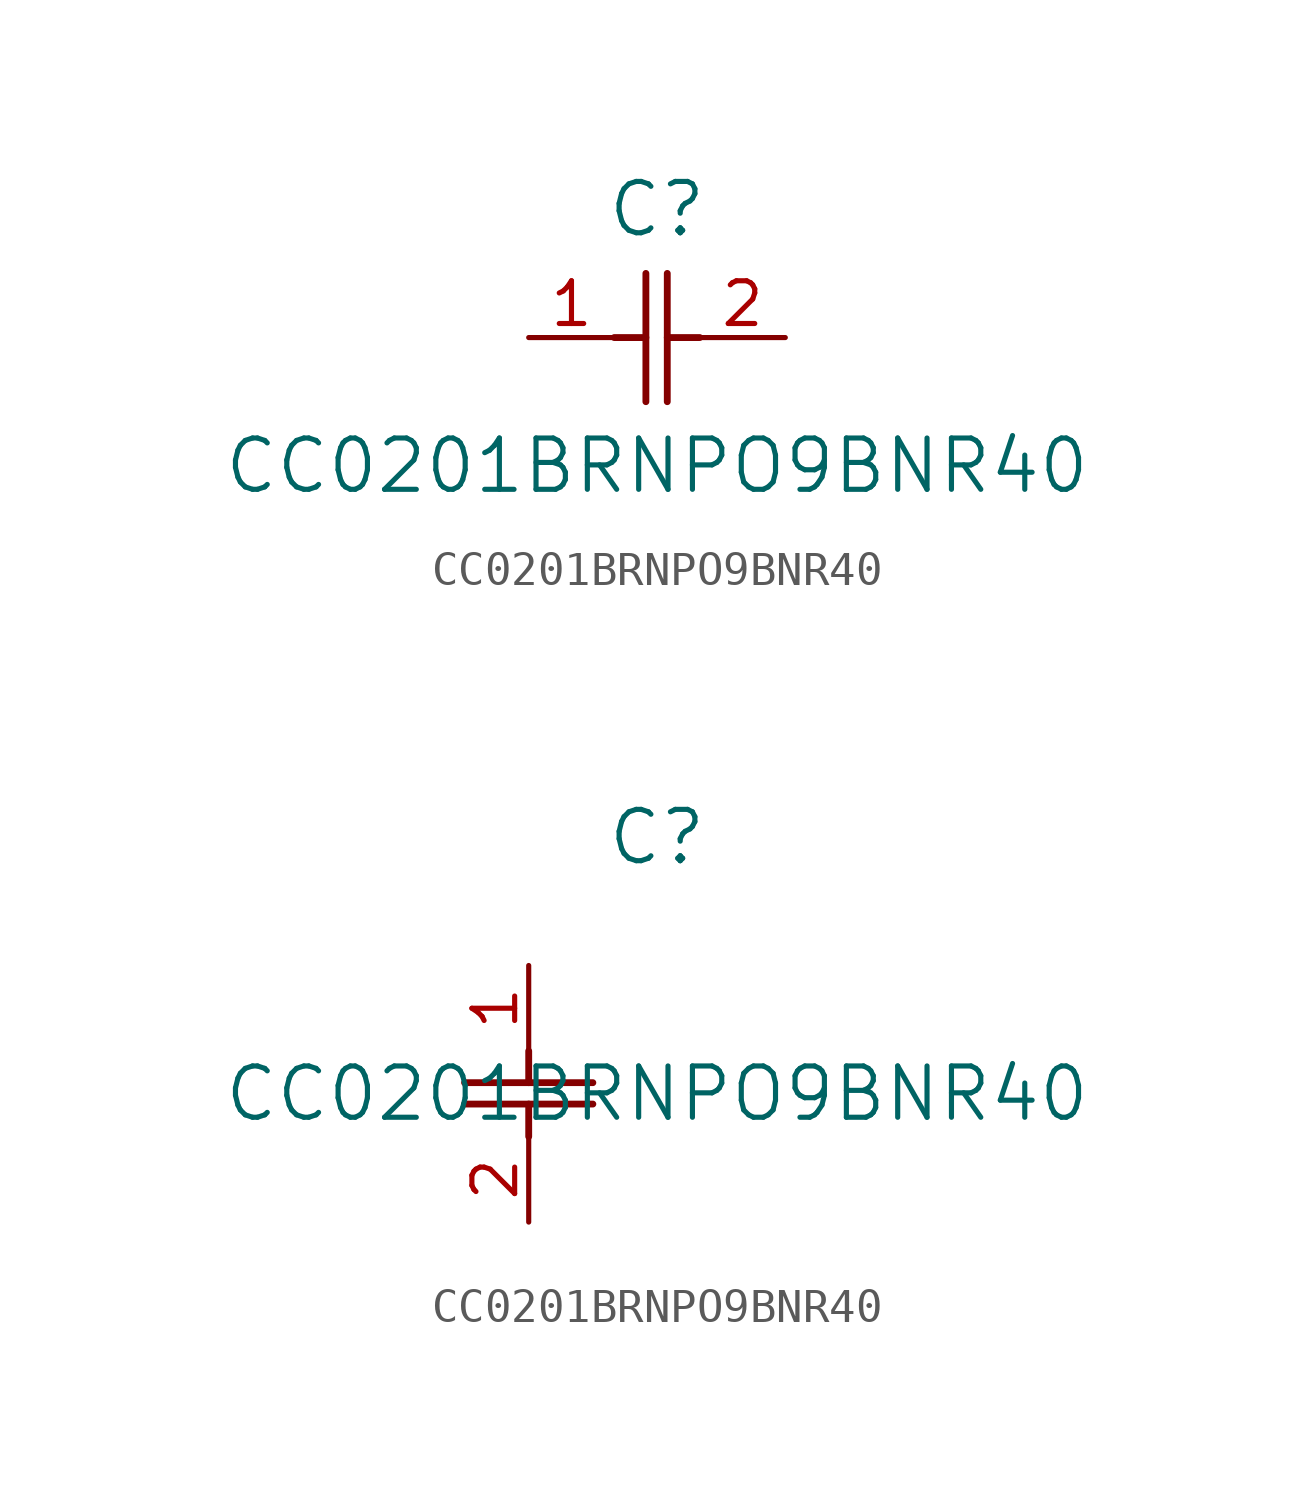
<source format=kicad_sym>
(kicad_symbol_lib
  (version 20211014)
  (generator kicad_symbol_editor)
  (symbol "CC0201BRNPO9BNR40"
    (pin_names
      (offset 0.254))
    (property "Reference" "C"
      (at 3.81 3.81 0)
      (effects (font (size 1.524 1.524))))
    (property "Value" "CC0201BRNPO9BNR40"
      (at 3.81 -3.81 0)
      (effects (font (size 1.524 1.524))))
    (symbol "CC0201BRNPO9BNR40_1_1"
      (polyline (pts (xy 3.48 -1.905) (xy 3.48 1.905)) (stroke (width 0.203) (type default) (color 0 0 0 0)) (fill (type none)))
      (polyline (pts (xy 4.115 -1.905) (xy 4.115 1.905)) (stroke (width 0.203) (type default) (color 0 0 0 0)) (fill (type none)))
      (polyline (pts (xy 4.115 0) (xy 5.08 0)) (stroke (width 0.203) (type default) (color 0 0 0 0)) (fill (type none)))
      (polyline (pts (xy 2.54 0) (xy 3.48 0)) (stroke (width 0.203) (type default) (color 0 0 0 0)) (fill (type none)))
      (pin unspecified line (at 0 0 0) (length 2.54) (name "" (effects (font (size 1.27 1.27)))) (number "1" (effects (font (size 1.27 1.27)))))
      (pin unspecified line (at 7.62 0 180) (length 2.54) (name "" (effects (font (size 1.27 1.27)))) (number "2" (effects (font (size 1.27 1.27))))))
    (symbol "CC0201BRNPO9BNR40_1_2"
      (polyline (pts (xy -1.905 -3.48) (xy 1.905 -3.48)) (stroke (width 0.203) (type default) (color 0 0 0 0)) (fill (type none)))
      (polyline (pts (xy -1.905 -4.115) (xy 1.905 -4.115)) (stroke (width 0.203) (type default) (color 0 0 0 0)) (fill (type none)))
      (polyline (pts (xy 0 -4.115) (xy 0 -5.08)) (stroke (width 0.203) (type default) (color 0 0 0 0)) (fill (type none)))
      (polyline (pts (xy 0 -2.54) (xy 0 -3.48)) (stroke (width 0.203) (type default) (color 0 0 0 0)) (fill (type none)))
      (pin unspecified line (at 0 0 270) (length 2.54) (name "" (effects (font (size 1.27 1.27)))) (number "1" (effects (font (size 1.27 1.27)))))
      (pin unspecified line (at 0 -7.62 90) (length 2.54) (name "" (effects (font (size 1.27 1.27)))) (number "2" (effects (font (size 1.27 1.27))))))))
</source>
